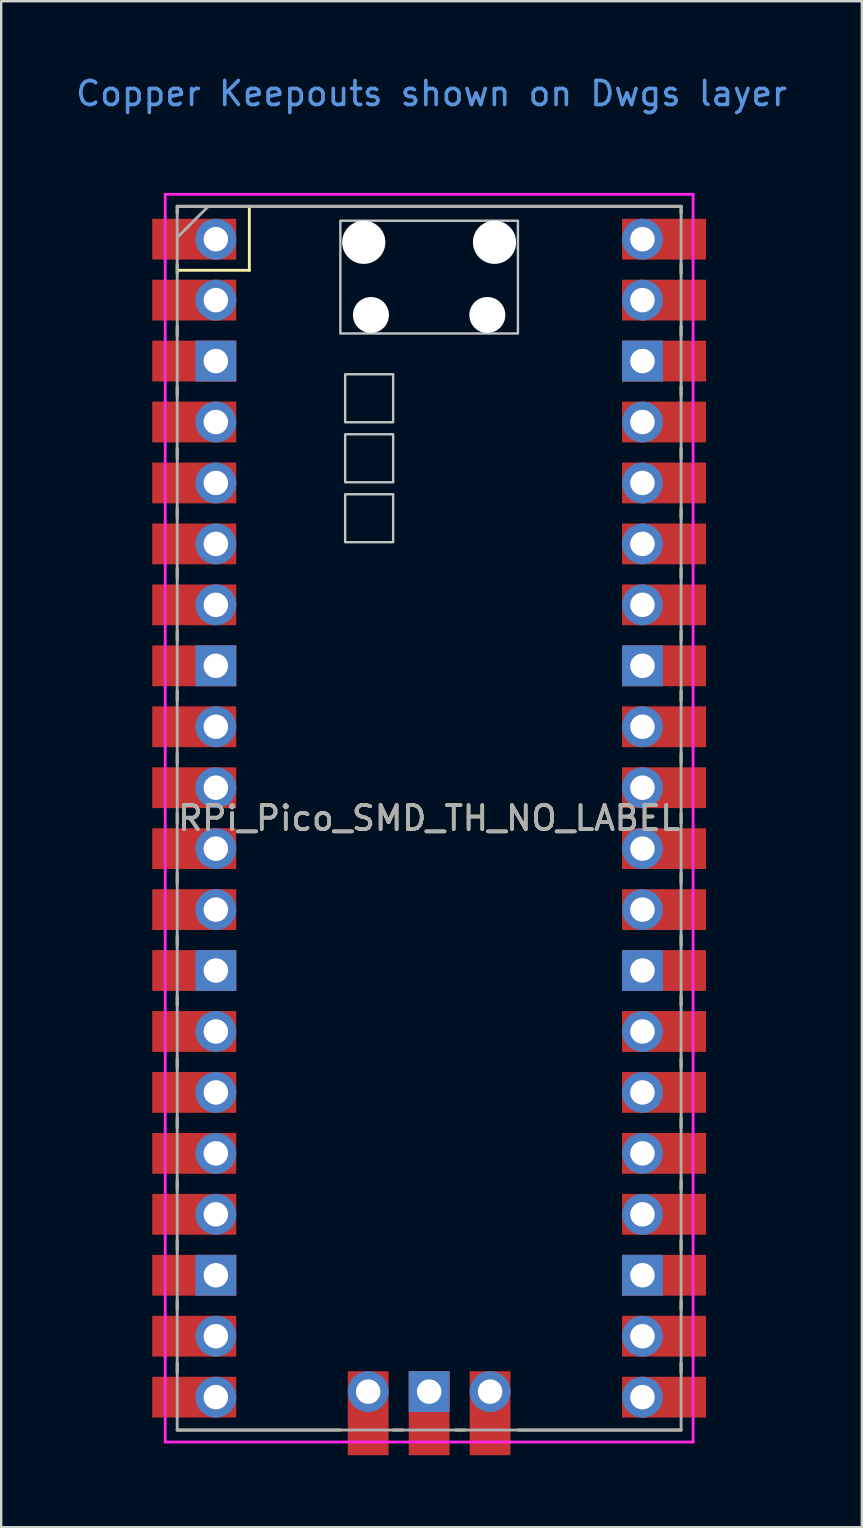
<source format=kicad_pcb>
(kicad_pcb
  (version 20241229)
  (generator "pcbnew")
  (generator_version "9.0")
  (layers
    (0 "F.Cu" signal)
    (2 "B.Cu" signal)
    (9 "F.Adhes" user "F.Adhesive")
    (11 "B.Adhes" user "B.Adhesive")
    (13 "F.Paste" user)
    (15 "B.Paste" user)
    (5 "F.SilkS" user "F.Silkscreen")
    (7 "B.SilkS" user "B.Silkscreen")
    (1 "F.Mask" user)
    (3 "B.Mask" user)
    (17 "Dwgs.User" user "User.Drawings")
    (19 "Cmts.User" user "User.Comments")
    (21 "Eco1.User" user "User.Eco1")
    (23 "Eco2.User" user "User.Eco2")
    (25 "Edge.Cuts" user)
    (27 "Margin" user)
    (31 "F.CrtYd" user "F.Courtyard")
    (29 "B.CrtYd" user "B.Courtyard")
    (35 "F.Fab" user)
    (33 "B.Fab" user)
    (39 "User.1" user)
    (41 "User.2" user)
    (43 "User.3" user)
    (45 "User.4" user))
  (footprint "RPi_Pico_SMD_TH_NO_LABEL"
    (layer "F.Cu")
    (at 14.835 31.048)
    (property "Reference" "RPi_Pico_SMD_TH_NO_LABEL" (at 0 0 0) (layer "F.SilkS") (effects (font (size 1 1) (thickness 0.15))))
    (attr through_hole)
    (fp_line (start -10.5 -25.5) (end -10.5 -25.2) (stroke (width 0.12) (type solid)) (layer "F.SilkS"))
    (fp_line (start -10.5 -25.5) (end 10.5 -25.5) (stroke (width 0.12) (type solid)) (layer "F.SilkS"))
    (fp_line (start -10.5 -23.1) (end -10.5 -22.7) (stroke (width 0.12) (type solid)) (layer "F.SilkS"))
    (fp_line (start -10.5 -22.833) (end -7.493 -22.833) (stroke (width 0.12) (type solid)) (layer "F.SilkS"))
    (fp_line (start -10.5 -20.5) (end -10.5 -20.1) (stroke (width 0.12) (type solid)) (layer "F.SilkS"))
    (fp_line (start -10.5 -18) (end -10.5 -17.6) (stroke (width 0.12) (type solid)) (layer "F.SilkS"))
    (fp_line (start -10.5 -15.4) (end -10.5 -15) (stroke (width 0.12) (type solid)) (layer "F.SilkS"))
    (fp_line (start -10.5 -12.9) (end -10.5 -12.5) (stroke (width 0.12) (type solid)) (layer "F.SilkS"))
    (fp_line (start -10.5 -10.4) (end -10.5 -10) (stroke (width 0.12) (type solid)) (layer "F.SilkS"))
    (fp_line (start -10.5 -7.8) (end -10.5 -7.4) (stroke (width 0.12) (type solid)) (layer "F.SilkS"))
    (fp_line (start -10.5 -5.3) (end -10.5 -4.9) (stroke (width 0.12) (type solid)) (layer "F.SilkS"))
    (fp_line (start -10.5 -2.7) (end -10.5 -2.3) (stroke (width 0.12) (type solid)) (layer "F.SilkS"))
    (fp_line (start -10.5 -0.2) (end -10.5 0.2) (stroke (width 0.12) (type solid)) (layer "F.SilkS"))
    (fp_line (start -10.5 2.3) (end -10.5 2.7) (stroke (width 0.12) (type solid)) (layer "F.SilkS"))
    (fp_line (start -10.5 4.9) (end -10.5 5.3) (stroke (width 0.12) (type solid)) (layer "F.SilkS"))
    (fp_line (start -10.5 7.4) (end -10.5 7.8) (stroke (width 0.12) (type solid)) (layer "F.SilkS"))
    (fp_line (start -10.5 10) (end -10.5 10.4) (stroke (width 0.12) (type solid)) (layer "F.SilkS"))
    (fp_line (start -10.5 12.5) (end -10.5 12.9) (stroke (width 0.12) (type solid)) (layer "F.SilkS"))
    (fp_line (start -10.5 15.1) (end -10.5 15.5) (stroke (width 0.12) (type solid)) (layer "F.SilkS"))
    (fp_line (start -10.5 17.6) (end -10.5 18) (stroke (width 0.12) (type solid)) (layer "F.SilkS"))
    (fp_line (start -10.5 20.1) (end -10.5 20.5) (stroke (width 0.12) (type solid)) (layer "F.SilkS"))
    (fp_line (start -10.5 22.7) (end -10.5 23.1) (stroke (width 0.12) (type solid)) (layer "F.SilkS"))
    (fp_line (start -7.493 -22.833) (end -7.493 -25.5) (stroke (width 0.12) (type solid)) (layer "F.SilkS"))
    (fp_line (start -3.7 25.5) (end -10.5 25.5) (stroke (width 0.12) (type solid)) (layer "F.SilkS"))
    (fp_line (start -1.5 25.5) (end -1.1 25.5) (stroke (width 0.12) (type solid)) (layer "F.SilkS"))
    (fp_line (start 1.1 25.5) (end 1.5 25.5) (stroke (width 0.12) (type solid)) (layer "F.SilkS"))
    (fp_line (start 10.5 -25.5) (end 10.5 -25.2) (stroke (width 0.12) (type solid)) (layer "F.SilkS"))
    (fp_line (start 10.5 -23.1) (end 10.5 -22.7) (stroke (width 0.12) (type solid)) (layer "F.SilkS"))
    (fp_line (start 10.5 -20.5) (end 10.5 -20.1) (stroke (width 0.12) (type solid)) (layer "F.SilkS"))
    (fp_line (start 10.5 -18) (end 10.5 -17.6) (stroke (width 0.12) (type solid)) (layer "F.SilkS"))
    (fp_line (start 10.5 -15.4) (end 10.5 -15) (stroke (width 0.12) (type solid)) (layer "F.SilkS"))
    (fp_line (start 10.5 -12.9) (end 10.5 -12.5) (stroke (width 0.12) (type solid)) (layer "F.SilkS"))
    (fp_line (start 10.5 -10.4) (end 10.5 -10) (stroke (width 0.12) (type solid)) (layer "F.SilkS"))
    (fp_line (start 10.5 -7.8) (end 10.5 -7.4) (stroke (width 0.12) (type solid)) (layer "F.SilkS"))
    (fp_line (start 10.5 -5.3) (end 10.5 -4.9) (stroke (width 0.12) (type solid)) (layer "F.SilkS"))
    (fp_line (start 10.5 -2.7) (end 10.5 -2.3) (stroke (width 0.12) (type solid)) (layer "F.SilkS"))
    (fp_line (start 10.5 -0.2) (end 10.5 0.2) (stroke (width 0.12) (type solid)) (layer "F.SilkS"))
    (fp_line (start 10.5 2.3) (end 10.5 2.7) (stroke (width 0.12) (type solid)) (layer "F.SilkS"))
    (fp_line (start 10.5 4.9) (end 10.5 5.3) (stroke (width 0.12) (type solid)) (layer "F.SilkS"))
    (fp_line (start 10.5 7.4) (end 10.5 7.8) (stroke (width 0.12) (type solid)) (layer "F.SilkS"))
    (fp_line (start 10.5 10) (end 10.5 10.4) (stroke (width 0.12) (type solid)) (layer "F.SilkS"))
    (fp_line (start 10.5 12.5) (end 10.5 12.9) (stroke (width 0.12) (type solid)) (layer "F.SilkS"))
    (fp_line (start 10.5 15.1) (end 10.5 15.5) (stroke (width 0.12) (type solid)) (layer "F.SilkS"))
    (fp_line (start 10.5 17.6) (end 10.5 18) (stroke (width 0.12) (type solid)) (layer "F.SilkS"))
    (fp_line (start 10.5 20.1) (end 10.5 20.5) (stroke (width 0.12) (type solid)) (layer "F.SilkS"))
    (fp_line (start 10.5 22.7) (end 10.5 23.1) (stroke (width 0.12) (type solid)) (layer "F.SilkS"))
    (fp_line (start 10.5 25.5) (end 3.7 25.5) (stroke (width 0.12) (type solid)) (layer "F.SilkS"))
    (fp_poly (pts (xy -1.5 -16.5) (xy -3.5 -16.5) (xy -3.5 -18.5) (xy -1.5 -18.5)) (stroke (width 0.1) (type solid)) (fill no) (layer "Dwgs.User"))
    (fp_poly (pts (xy -1.5 -14) (xy -3.5 -14) (xy -3.5 -16) (xy -1.5 -16)) (stroke (width 0.1) (type solid)) (fill no) (layer "Dwgs.User"))
    (fp_poly (pts (xy -1.5 -11.5) (xy -3.5 -11.5) (xy -3.5 -13.5) (xy -1.5 -13.5)) (stroke (width 0.1) (type solid)) (fill no) (layer "Dwgs.User"))
    (fp_poly (pts (xy 3.7 -20.2) (xy -3.7 -20.2) (xy -3.7 -24.9) (xy 3.7 -24.9)) (stroke (width 0.1) (type solid)) (fill no) (layer "Dwgs.User"))
    (fp_line (start -11 -26) (end 11 -26) (stroke (width 0.12) (type solid)) (layer "F.CrtYd"))
    (fp_line (start -11 26) (end -11 -26) (stroke (width 0.12) (type solid)) (layer "F.CrtYd"))
    (fp_line (start 11 -26) (end 11 26) (stroke (width 0.12) (type solid)) (layer "F.CrtYd"))
    (fp_line (start 11 26) (end -11 26) (stroke (width 0.12) (type solid)) (layer "F.CrtYd"))
    (fp_line (start -10.5 -25.5) (end 10.5 -25.5) (stroke (width 0.12) (type solid)) (layer "F.Fab"))
    (fp_line (start -10.5 -24.2) (end -9.2 -25.5) (stroke (width 0.12) (type solid)) (layer "F.Fab"))
    (fp_line (start -10.5 25.5) (end -10.5 -25.5) (stroke (width 0.12) (type solid)) (layer "F.Fab"))
    (fp_line (start 10.5 -25.5) (end 10.5 25.5) (stroke (width 0.12) (type solid)) (layer "F.Fab"))
    (fp_line (start 10.5 25.5) (end -10.5 25.5) (stroke (width 0.12) (type solid)) (layer "F.Fab"))
    (fp_text user "Copper Keepouts shown on Dwgs layer" (at 0.1 -30.2 0) (layer "Cmts.User") (effects (font (size 1 1) (thickness 0.15))))
    (fp_text user "${REFERENCE}" (at 0 0 180) (layer "F.Fab") (effects (font (size 1 1) (thickness 0.15))))
    (pad "" np_thru_hole oval (at -2.725 -24) (size 1.8 1.8) (drill 1.8) (layers "*.Cu" "*.Mask"))
    (pad "" np_thru_hole oval (at -2.425 -20.97) (size 1.5 1.5) (drill 1.5) (layers "*.Cu" "*.Mask"))
    (pad "" np_thru_hole oval (at 2.425 -20.97) (size 1.5 1.5) (drill 1.5) (layers "*.Cu" "*.Mask"))
    (pad "" np_thru_hole oval (at 2.725 -24) (size 1.8 1.8) (drill 1.8) (layers "*.Cu" "*.Mask"))
    (pad "1" thru_hole oval (at -8.89 -24.13) (size 1.7 1.7) (drill 1.02) (layers "*.Cu" "*.Mask"))
    (pad "1" smd rect (at -8.89 -24.13) (size 3.5 1.7) (drill (offset -0.9 0)) (layers "F.Cu" "F.Mask"))
    (pad "2" thru_hole oval (at -8.89 -21.59) (size 1.7 1.7) (drill 1.02) (layers "*.Cu" "*.Mask"))
    (pad "2" smd rect (at -8.89 -21.59) (size 3.5 1.7) (drill (offset -0.9 0)) (layers "F.Cu" "F.Mask"))
    (pad "3" thru_hole rect (at -8.89 -19.05) (size 1.7 1.7) (drill 1.02) (layers "*.Cu" "*.Mask"))
    (pad "3" smd rect (at -8.89 -19.05) (size 3.5 1.7) (drill (offset -0.9 0)) (layers "F.Cu" "F.Mask"))
    (pad "4" thru_hole oval (at -8.89 -16.51) (size 1.7 1.7) (drill 1.02) (layers "*.Cu" "*.Mask"))
    (pad "4" smd rect (at -8.89 -16.51) (size 3.5 1.7) (drill (offset -0.9 0)) (layers "F.Cu" "F.Mask"))
    (pad "5" thru_hole oval (at -8.89 -13.97) (size 1.7 1.7) (drill 1.02) (layers "*.Cu" "*.Mask"))
    (pad "5" smd rect (at -8.89 -13.97) (size 3.5 1.7) (drill (offset -0.9 0)) (layers "F.Cu" "F.Mask"))
    (pad "6" thru_hole oval (at -8.89 -11.43) (size 1.7 1.7) (drill 1.02) (layers "*.Cu" "*.Mask"))
    (pad "6" smd rect (at -8.89 -11.43) (size 3.5 1.7) (drill (offset -0.9 0)) (layers "F.Cu" "F.Mask"))
    (pad "7" thru_hole oval (at -8.89 -8.89) (size 1.7 1.7) (drill 1.02) (layers "*.Cu" "*.Mask"))
    (pad "7" smd rect (at -8.89 -8.89) (size 3.5 1.7) (drill (offset -0.9 0)) (layers "F.Cu" "F.Mask"))
    (pad "8" thru_hole rect (at -8.89 -6.35) (size 1.7 1.7) (drill 1.02) (layers "*.Cu" "*.Mask"))
    (pad "8" smd rect (at -8.89 -6.35) (size 3.5 1.7) (drill (offset -0.9 0)) (layers "F.Cu" "F.Mask"))
    (pad "9" thru_hole oval (at -8.89 -3.81) (size 1.7 1.7) (drill 1.02) (layers "*.Cu" "*.Mask"))
    (pad "9" smd rect (at -8.89 -3.81) (size 3.5 1.7) (drill (offset -0.9 0)) (layers "F.Cu" "F.Mask"))
    (pad "10" thru_hole oval (at -8.89 -1.27) (size 1.7 1.7) (drill 1.02) (layers "*.Cu" "*.Mask"))
    (pad "10" smd rect (at -8.89 -1.27) (size 3.5 1.7) (drill (offset -0.9 0)) (layers "F.Cu" "F.Mask"))
    (pad "11" thru_hole oval (at -8.89 1.27) (size 1.7 1.7) (drill 1.02) (layers "*.Cu" "*.Mask"))
    (pad "11" smd rect (at -8.89 1.27) (size 3.5 1.7) (drill (offset -0.9 0)) (layers "F.Cu" "F.Mask"))
    (pad "12" thru_hole oval (at -8.89 3.81) (size 1.7 1.7) (drill 1.02) (layers "*.Cu" "*.Mask"))
    (pad "12" smd rect (at -8.89 3.81) (size 3.5 1.7) (drill (offset -0.9 0)) (layers "F.Cu" "F.Mask"))
    (pad "13" thru_hole rect (at -8.89 6.35) (size 1.7 1.7) (drill 1.02) (layers "*.Cu" "*.Mask"))
    (pad "13" smd rect (at -8.89 6.35) (size 3.5 1.7) (drill (offset -0.9 0)) (layers "F.Cu" "F.Mask"))
    (pad "14" thru_hole oval (at -8.89 8.89) (size 1.7 1.7) (drill 1.02) (layers "*.Cu" "*.Mask"))
    (pad "14" smd rect (at -8.89 8.89) (size 3.5 1.7) (drill (offset -0.9 0)) (layers "F.Cu" "F.Mask"))
    (pad "15" thru_hole oval (at -8.89 11.43) (size 1.7 1.7) (drill 1.02) (layers "*.Cu" "*.Mask"))
    (pad "15" smd rect (at -8.89 11.43) (size 3.5 1.7) (drill (offset -0.9 0)) (layers "F.Cu" "F.Mask"))
    (pad "16" thru_hole oval (at -8.89 13.97) (size 1.7 1.7) (drill 1.02) (layers "*.Cu" "*.Mask"))
    (pad "16" smd rect (at -8.89 13.97) (size 3.5 1.7) (drill (offset -0.9 0)) (layers "F.Cu" "F.Mask"))
    (pad "17" thru_hole oval (at -8.89 16.51) (size 1.7 1.7) (drill 1.02) (layers "*.Cu" "*.Mask"))
    (pad "17" smd rect (at -8.89 16.51) (size 3.5 1.7) (drill (offset -0.9 0)) (layers "F.Cu" "F.Mask"))
    (pad "18" thru_hole rect (at -8.89 19.05) (size 1.7 1.7) (drill 1.02) (layers "*.Cu" "*.Mask"))
    (pad "18" smd rect (at -8.89 19.05) (size 3.5 1.7) (drill (offset -0.9 0)) (layers "F.Cu" "F.Mask"))
    (pad "19" thru_hole oval (at -8.89 21.59) (size 1.7 1.7) (drill 1.02) (layers "*.Cu" "*.Mask"))
    (pad "19" smd rect (at -8.89 21.59) (size 3.5 1.7) (drill (offset -0.9 0)) (layers "F.Cu" "F.Mask"))
    (pad "20" thru_hole oval (at -8.89 24.13) (size 1.7 1.7) (drill 1.02) (layers "*.Cu" "*.Mask"))
    (pad "20" smd rect (at -8.89 24.13) (size 3.5 1.7) (drill (offset -0.9 0)) (layers "F.Cu" "F.Mask"))
    (pad "21" thru_hole oval (at 8.89 24.13) (size 1.7 1.7) (drill 1.02) (layers "*.Cu" "*.Mask"))
    (pad "21" smd rect (at 8.89 24.13) (size 3.5 1.7) (drill (offset 0.9 0)) (layers "F.Cu" "F.Mask"))
    (pad "22" thru_hole oval (at 8.89 21.59) (size 1.7 1.7) (drill 1.02) (layers "*.Cu" "*.Mask"))
    (pad "22" smd rect (at 8.89 21.59) (size 3.5 1.7) (drill (offset 0.9 0)) (layers "F.Cu" "F.Mask"))
    (pad "23" thru_hole rect (at 8.89 19.05) (size 1.7 1.7) (drill 1.02) (layers "*.Cu" "*.Mask"))
    (pad "23" smd rect (at 8.89 19.05) (size 3.5 1.7) (drill (offset 0.9 0)) (layers "F.Cu" "F.Mask"))
    (pad "24" thru_hole oval (at 8.89 16.51) (size 1.7 1.7) (drill 1.02) (layers "*.Cu" "*.Mask"))
    (pad "24" smd rect (at 8.89 16.51) (size 3.5 1.7) (drill (offset 0.9 0)) (layers "F.Cu" "F.Mask"))
    (pad "25" thru_hole oval (at 8.89 13.97) (size 1.7 1.7) (drill 1.02) (layers "*.Cu" "*.Mask"))
    (pad "25" smd rect (at 8.89 13.97) (size 3.5 1.7) (drill (offset 0.9 0)) (layers "F.Cu" "F.Mask"))
    (pad "26" thru_hole oval (at 8.89 11.43) (size 1.7 1.7) (drill 1.02) (layers "*.Cu" "*.Mask"))
    (pad "26" smd rect (at 8.89 11.43) (size 3.5 1.7) (drill (offset 0.9 0)) (layers "F.Cu" "F.Mask"))
    (pad "27" thru_hole oval (at 8.89 8.89) (size 1.7 1.7) (drill 1.02) (layers "*.Cu" "*.Mask"))
    (pad "27" smd rect (at 8.89 8.89) (size 3.5 1.7) (drill (offset 0.9 0)) (layers "F.Cu" "F.Mask"))
    (pad "28" thru_hole rect (at 8.89 6.35) (size 1.7 1.7) (drill 1.02) (layers "*.Cu" "*.Mask"))
    (pad "28" smd rect (at 8.89 6.35) (size 3.5 1.7) (drill (offset 0.9 0)) (layers "F.Cu" "F.Mask"))
    (pad "29" thru_hole oval (at 8.89 3.81) (size 1.7 1.7) (drill 1.02) (layers "*.Cu" "*.Mask"))
    (pad "29" smd rect (at 8.89 3.81) (size 3.5 1.7) (drill (offset 0.9 0)) (layers "F.Cu" "F.Mask"))
    (pad "30" thru_hole oval (at 8.89 1.27) (size 1.7 1.7) (drill 1.02) (layers "*.Cu" "*.Mask"))
    (pad "30" smd rect (at 8.89 1.27) (size 3.5 1.7) (drill (offset 0.9 0)) (layers "F.Cu" "F.Mask"))
    (pad "31" thru_hole oval (at 8.89 -1.27) (size 1.7 1.7) (drill 1.02) (layers "*.Cu" "*.Mask"))
    (pad "31" smd rect (at 8.89 -1.27) (size 3.5 1.7) (drill (offset 0.9 0)) (layers "F.Cu" "F.Mask"))
    (pad "32" thru_hole oval (at 8.89 -3.81) (size 1.7 1.7) (drill 1.02) (layers "*.Cu" "*.Mask"))
    (pad "32" smd rect (at 8.89 -3.81) (size 3.5 1.7) (drill (offset 0.9 0)) (layers "F.Cu" "F.Mask"))
    (pad "33" thru_hole rect (at 8.89 -6.35) (size 1.7 1.7) (drill 1.02) (layers "*.Cu" "*.Mask"))
    (pad "33" smd rect (at 8.89 -6.35) (size 3.5 1.7) (drill (offset 0.9 0)) (layers "F.Cu" "F.Mask"))
    (pad "34" thru_hole oval (at 8.89 -8.89) (size 1.7 1.7) (drill 1.02) (layers "*.Cu" "*.Mask"))
    (pad "34" smd rect (at 8.89 -8.89) (size 3.5 1.7) (drill (offset 0.9 0)) (layers "F.Cu" "F.Mask"))
    (pad "35" thru_hole oval (at 8.89 -11.43) (size 1.7 1.7) (drill 1.02) (layers "*.Cu" "*.Mask"))
    (pad "35" smd rect (at 8.89 -11.43) (size 3.5 1.7) (drill (offset 0.9 0)) (layers "F.Cu" "F.Mask"))
    (pad "36" thru_hole oval (at 8.89 -13.97) (size 1.7 1.7) (drill 1.02) (layers "*.Cu" "*.Mask"))
    (pad "36" smd rect (at 8.89 -13.97) (size 3.5 1.7) (drill (offset 0.9 0)) (layers "F.Cu" "F.Mask"))
    (pad "37" thru_hole oval (at 8.89 -16.51) (size 1.7 1.7) (drill 1.02) (layers "*.Cu" "*.Mask"))
    (pad "37" smd rect (at 8.89 -16.51) (size 3.5 1.7) (drill (offset 0.9 0)) (layers "F.Cu" "F.Mask"))
    (pad "38" thru_hole rect (at 8.89 -19.05) (size 1.7 1.7) (drill 1.02) (layers "*.Cu" "*.Mask"))
    (pad "38" smd rect (at 8.89 -19.05) (size 3.5 1.7) (drill (offset 0.9 0)) (layers "F.Cu" "F.Mask"))
    (pad "39" thru_hole oval (at 8.89 -21.59) (size 1.7 1.7) (drill 1.02) (layers "*.Cu" "*.Mask"))
    (pad "39" smd rect (at 8.89 -21.59) (size 3.5 1.7) (drill (offset 0.9 0)) (layers "F.Cu" "F.Mask"))
    (pad "40" thru_hole oval (at 8.89 -24.13) (size 1.7 1.7) (drill 1.02) (layers "*.Cu" "*.Mask"))
    (pad "40" smd rect (at 8.89 -24.13) (size 3.5 1.7) (drill (offset 0.9 0)) (layers "F.Cu" "F.Mask"))
    (pad "41" thru_hole oval (at -2.54 23.9) (size 1.7 1.7) (drill 1.02) (layers "*.Cu" "*.Mask"))
    (pad "41" smd rect (at -2.54 23.9 90) (size 3.5 1.7) (drill (offset -0.9 0)) (layers "F.Cu" "F.Mask"))
    (pad "42" thru_hole rect (at 0 23.9) (size 1.7 1.7) (drill 1.02) (layers "*.Cu" "*.Mask"))
    (pad "42" smd rect (at 0 23.9 90) (size 3.5 1.7) (drill (offset -0.9 0)) (layers "F.Cu" "F.Mask"))
    (pad "43" thru_hole oval (at 2.54 23.9) (size 1.7 1.7) (drill 1.02) (layers "*.Cu" "*.Mask"))
    (pad "43" smd rect (at 2.54 23.9 90) (size 3.5 1.7) (drill (offset -0.9 0)) (layers "F.Cu" "F.Mask")))
  (gr_rect
    (start -3 -3)
    (end 32.869 60.598)
    (stroke (width 0.1) (type default))
    (fill no)
    (layer "Edge.Cuts")))
</source>
